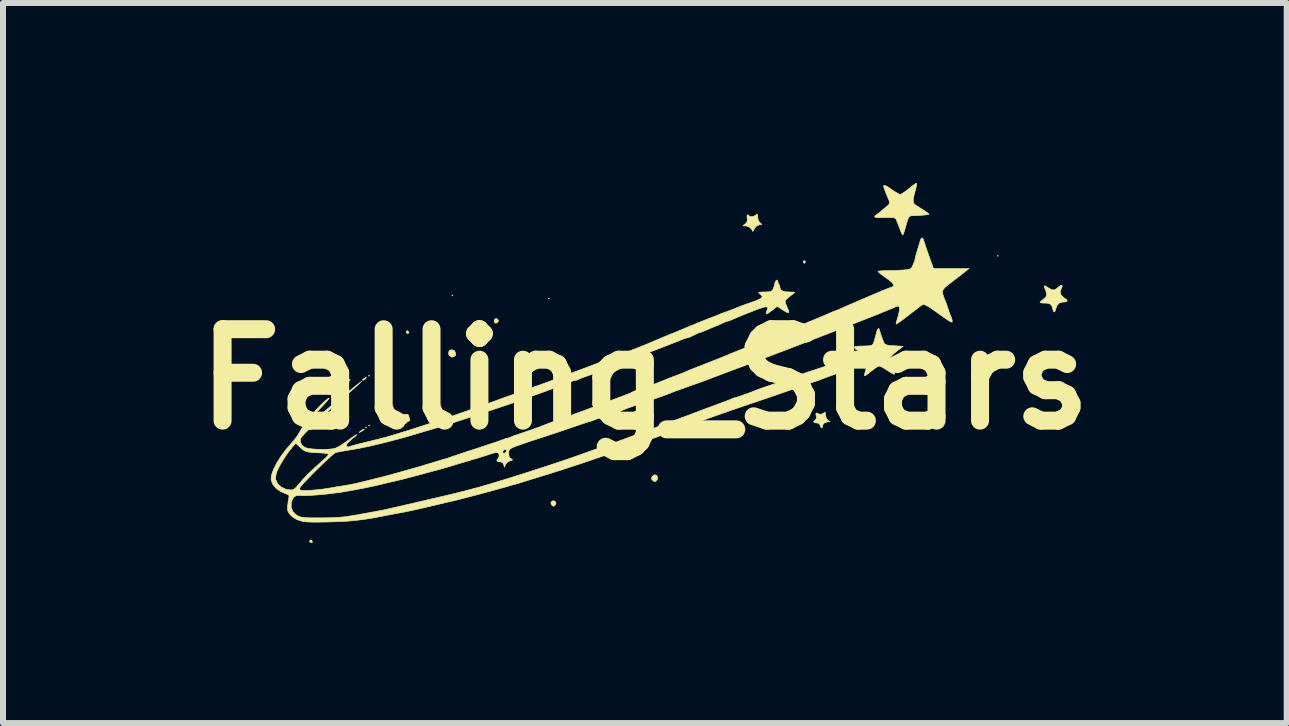
<source format=kicad_pcb>
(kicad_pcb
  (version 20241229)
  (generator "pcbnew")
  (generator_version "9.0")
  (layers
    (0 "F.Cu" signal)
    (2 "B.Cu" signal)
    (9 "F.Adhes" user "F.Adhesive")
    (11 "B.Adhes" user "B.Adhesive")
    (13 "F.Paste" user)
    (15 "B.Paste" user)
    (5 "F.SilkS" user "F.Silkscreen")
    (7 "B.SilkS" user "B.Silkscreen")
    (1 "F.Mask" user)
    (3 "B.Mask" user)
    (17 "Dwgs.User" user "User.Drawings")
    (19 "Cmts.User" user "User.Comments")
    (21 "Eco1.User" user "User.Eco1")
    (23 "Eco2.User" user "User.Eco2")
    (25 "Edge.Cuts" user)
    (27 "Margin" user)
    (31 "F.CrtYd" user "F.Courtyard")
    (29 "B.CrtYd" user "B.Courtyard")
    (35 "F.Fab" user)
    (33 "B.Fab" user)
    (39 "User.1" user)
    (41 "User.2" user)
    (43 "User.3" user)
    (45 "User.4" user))
  (footprint "Falling_Stars"
    (layer "F.Cu")
    (at 7.7 3.273)
    (property "Reference" "Falling_Stars" (at 0 0 0) (layer "F.SilkS") (effects (font (size 1.524 1.524) (thickness 0.3))))
    (attr through_hole)
    (fp_poly (pts (xy -5.215 0.279) (xy -5.224 0.288) (xy -5.232 0.279) (xy -5.224 0.271) (xy -5.215 0.279)) (stroke (width 0.01) (type solid)) (fill yes) (layer "F.SilkS"))
    (fp_poly (pts (xy -4.64 0.804) (xy -4.648 0.813) (xy -4.657 0.804) (xy -4.648 0.796) (xy -4.64 0.804)) (stroke (width 0.01) (type solid)) (fill yes) (layer "F.SilkS"))
    (fp_poly (pts (xy -4.589 -0.059) (xy -4.597 -0.051) (xy -4.606 -0.059) (xy -4.597 -0.068) (xy -4.589 -0.059)) (stroke (width 0.01) (type solid)) (fill yes) (layer "F.SilkS"))
    (fp_poly (pts (xy -4.589 0.77) (xy -4.597 0.779) (xy -4.606 0.77) (xy -4.597 0.762) (xy -4.589 0.77)) (stroke (width 0.01) (type solid)) (fill yes) (layer "F.SilkS"))
    (fp_poly (pts (xy -3.2 -1.397) (xy -3.209 -1.389) (xy -3.217 -1.397) (xy -3.209 -1.405) (xy -3.2 -1.397)) (stroke (width 0.01) (type solid)) (fill yes) (layer "F.SilkS"))
    (fp_poly (pts (xy -1.592 -1.346) (xy -1.6 -1.338) (xy -1.609 -1.346) (xy -1.6 -1.355) (xy -1.592 -1.346)) (stroke (width 0.01) (type solid)) (fill yes) (layer "F.SilkS"))
    (fp_poly (pts (xy 5.893 -2.057) (xy 5.884 -2.049) (xy 5.876 -2.057) (xy 5.884 -2.066) (xy 5.893 -2.057)) (stroke (width 0.01) (type solid)) (fill yes) (layer "F.SilkS"))
    (fp_poly (pts (xy -5.546 2.696) (xy -5.543 2.716) (xy -5.561 2.726) (xy -5.585 2.713) (xy -5.588 2.699) (xy -5.578 2.68) (xy -5.568 2.679) (xy -5.546 2.696)) (stroke (width 0.01) (type solid)) (fill yes) (layer "F.SilkS"))
    (fp_poly (pts (xy -3.937 -0.792) (xy -3.934 -0.772) (xy -3.953 -0.762) (xy -3.976 -0.776) (xy -3.979 -0.789) (xy -3.969 -0.809) (xy -3.959 -0.809) (xy -3.937 -0.792)) (stroke (width 0.01) (type solid)) (fill yes) (layer "F.SilkS"))
    (fp_poly (pts (xy -4.916 0.009) (xy -4.925 0.021) (xy -4.95 0.047) (xy -4.961 0.047) (xy -4.961 0.044) (xy -4.95 0.03) (xy -4.932 0.015) (xy -4.912 0.000128) (xy -4.916 0.009)) (stroke (width 0.01) (type solid)) (fill yes) (layer "F.SilkS"))
    (fp_poly (pts (xy -4.644 -0.025) (xy -4.655 -0.011) (xy -4.68 0.011) (xy -4.701 0.017) (xy -4.707 0.009) (xy -4.694 -0.004) (xy -4.669 -0.019) (xy -4.644 -0.032) (xy -4.644 -0.025)) (stroke (width 0.01) (type solid)) (fill yes) (layer "F.SilkS"))
    (fp_poly (pts (xy 2.677 -1.96) (xy 2.678 -1.956) (xy 2.665 -1.936) (xy 2.66 -1.934) (xy 2.644 -1.942) (xy 2.642 -1.956) (xy 2.65 -1.977) (xy 2.66 -1.978) (xy 2.677 -1.96)) (stroke (width 0.01) (type solid)) (fill yes) (layer "F.SilkS"))
    (fp_poly (pts (xy -4.679 0.837) (xy -4.701 0.855) (xy -4.745 0.88) (xy -4.75 0.882) (xy -4.765 0.888) (xy -4.752 0.874) (xy -4.741 0.865) (xy -4.707 0.841) (xy -4.683 0.83) (xy -4.682 0.83) (xy -4.679 0.837)) (stroke (width 0.01) (type solid)) (fill yes) (layer "F.SilkS"))
    (fp_poly (pts (xy -2.456 -1.005) (xy -2.441 -0.981) (xy -2.442 -0.97) (xy -2.458 -0.943) (xy -2.485 -0.935) (xy -2.508 -0.948) (xy -2.511 -0.953) (xy -2.511 -0.988) (xy -2.506 -0.999) (xy -2.483 -1.013) (xy -2.456 -1.005)) (stroke (width 0.01) (type solid)) (fill yes) (layer "F.SilkS"))
    (fp_poly (pts (xy -1.492 2.036) (xy -1.481 2.066) (xy -1.491 2.092) (xy -1.514 2.113) (xy -1.524 2.117) (xy -1.544 2.105) (xy -1.557 2.092) (xy -1.567 2.06) (xy -1.551 2.032) (xy -1.524 2.024) (xy -1.492 2.036)) (stroke (width 0.01) (type solid)) (fill yes) (layer "F.SilkS"))
    (fp_poly (pts (xy 0.199 1.605) (xy 0.213 1.637) (xy 0.207 1.672) (xy 0.197 1.685) (xy 0.175 1.705) (xy 0.158 1.705) (xy 0.13 1.686) (xy 0.109 1.661) (xy 0.116 1.631) (xy 0.118 1.627) (xy 0.145 1.599) (xy 0.169 1.592) (xy 0.199 1.605)) (stroke (width 0.01) (type solid)) (fill yes) (layer "F.SilkS"))
    (fp_poly (pts (xy -5.012 0.095) (xy -5.037 0.121) (xy -5.077 0.159) (xy -5.08 0.161) (xy -5.125 0.199) (xy -5.16 0.227) (xy -5.177 0.237) (xy -5.172 0.227) (xy -5.146 0.2) (xy -5.106 0.163) (xy -5.105 0.162) (xy -5.06 0.123) (xy -5.025 0.096) (xy -5.007 0.085) (xy -5.012 0.095)) (stroke (width 0.01) (type solid)) (fill yes) (layer "F.SilkS"))
    (fp_poly (pts (xy -3.18 -0.483) (xy -3.161 -0.454) (xy -3.159 -0.447) (xy -3.153 -0.413) (xy -3.153 -0.4) (xy -3.169 -0.389) (xy -3.183 -0.379) (xy -3.219 -0.37) (xy -3.243 -0.38) (xy -3.269 -0.408) (xy -3.271 -0.445) (xy -3.261 -0.479) (xy -3.234 -0.49) (xy -3.218 -0.491) (xy -3.18 -0.483)) (stroke (width 0.01) (type solid)) (fill yes) (layer "F.SilkS"))
    (fp_poly (pts (xy -3.954 0.585) (xy -3.936 0.6) (xy -3.935 0.608) (xy -3.927 0.647) (xy -3.921 0.665) (xy -3.918 0.69) (xy -3.929 0.694) (xy -3.956 0.707) (xy -3.97 0.721) (xy -3.988 0.739) (xy -4.005 0.73) (xy -4.012 0.721) (xy -4.041 0.699) (xy -4.058 0.694) (xy -4.079 0.684) (xy -4.075 0.663) (xy -4.063 0.651) (xy -4.05 0.627) (xy -4.051 0.612) (xy -4.049 0.592) (xy -4.024 0.584) (xy -3.997 0.582) (xy -3.954 0.585)) (stroke (width 0.01) (type solid)) (fill yes) (layer "F.SilkS"))
    (fp_poly (pts (xy 5.637 -0.233) (xy 5.639 -0.204) (xy 5.644 -0.168) (xy 5.655 -0.152) (xy 5.656 -0.152) (xy 5.673 -0.145) (xy 5.666 -0.128) (xy 5.641 -0.114) (xy 5.639 -0.114) (xy 5.611 -0.095) (xy 5.605 -0.078) (xy 5.592 -0.054) (xy 5.58 -0.051) (xy 5.557 -0.064) (xy 5.554 -0.076) (xy 5.539 -0.097) (xy 5.512 -0.102) (xy 5.478 -0.109) (xy 5.471 -0.127) (xy 5.493 -0.146) (xy 5.496 -0.147) (xy 5.515 -0.167) (xy 5.512 -0.198) (xy 5.509 -0.228) (xy 5.523 -0.233) (xy 5.536 -0.229) (xy 5.578 -0.228) (xy 5.604 -0.237) (xy 5.628 -0.246) (xy 5.637 -0.233)) (stroke (width 0.01) (type solid)) (fill yes) (layer "F.SilkS"))
    (fp_poly (pts (xy 1.878 -2.747) (xy 1.88 -2.712) (xy 1.88 -2.706) (xy 1.893 -2.644) (xy 1.915 -2.615) (xy 1.951 -2.582) (xy 1.903 -2.574) (xy 1.858 -2.553) (xy 1.825 -2.506) (xy 1.807 -2.474) (xy 1.797 -2.465) (xy 1.796 -2.468) (xy 1.78 -2.503) (xy 1.743 -2.535) (xy 1.699 -2.555) (xy 1.681 -2.557) (xy 1.634 -2.558) (xy 1.674 -2.592) (xy 1.702 -2.623) (xy 1.708 -2.66) (xy 1.705 -2.684) (xy 1.703 -2.725) (xy 1.713 -2.744) (xy 1.73 -2.734) (xy 1.736 -2.726) (xy 1.763 -2.711) (xy 1.803 -2.714) (xy 1.843 -2.733) (xy 1.849 -2.737) (xy 1.869 -2.753) (xy 1.878 -2.747)) (stroke (width 0.01) (type solid)) (fill yes) (layer "F.SilkS"))
    (fp_poly (pts (xy 3.012 0.557) (xy 3.014 0.59) (xy 3.014 0.599) (xy 3.025 0.652) (xy 3.052 0.683) (xy 3.09 0.709) (xy 3.047 0.71) (xy 2.996 0.724) (xy 2.967 0.758) (xy 2.963 0.782) (xy 2.957 0.809) (xy 2.942 0.808) (xy 2.926 0.782) (xy 2.923 0.77) (xy 2.907 0.739) (xy 2.873 0.728) (xy 2.861 0.728) (xy 2.822 0.722) (xy 2.812 0.705) (xy 2.834 0.683) (xy 2.839 0.68) (xy 2.858 0.658) (xy 2.857 0.617) (xy 2.856 0.612) (xy 2.851 0.572) (xy 2.86 0.561) (xy 2.89 0.573) (xy 2.898 0.577) (xy 2.933 0.585) (xy 2.972 0.569) (xy 2.973 0.568) (xy 3.001 0.552) (xy 3.012 0.557)) (stroke (width 0.01) (type solid)) (fill yes) (layer "F.SilkS"))
    (fp_poly (pts (xy 6.957 -1.565) (xy 6.955 -1.54) (xy 6.946 -1.523) (xy 6.924 -1.464) (xy 6.935 -1.411) (xy 6.98 -1.364) (xy 6.993 -1.355) (xy 7.033 -1.325) (xy 7.041 -1.303) (xy 7.016 -1.291) (xy 6.966 -1.287) (xy 6.909 -1.272) (xy 6.87 -1.229) (xy 6.85 -1.173) (xy 6.836 -1.13) (xy 6.821 -1.121) (xy 6.807 -1.145) (xy 6.801 -1.171) (xy 6.784 -1.226) (xy 6.755 -1.256) (xy 6.706 -1.269) (xy 6.67 -1.27) (xy 6.622 -1.272) (xy 6.592 -1.278) (xy 6.587 -1.283) (xy 6.6 -1.3) (xy 6.631 -1.325) (xy 6.638 -1.329) (xy 6.683 -1.368) (xy 6.699 -1.41) (xy 6.688 -1.464) (xy 6.681 -1.482) (xy 6.661 -1.534) (xy 6.659 -1.558) (xy 6.677 -1.556) (xy 6.718 -1.531) (xy 6.726 -1.525) (xy 6.777 -1.496) (xy 6.816 -1.489) (xy 6.856 -1.506) (xy 6.904 -1.546) (xy 6.938 -1.568) (xy 6.957 -1.565)) (stroke (width 0.01) (type solid)) (fill yes) (layer "F.SilkS"))
    (fp_poly (pts (xy 4.527 -3.267) (xy 4.53 -3.264) (xy 4.531 -3.245) (xy 4.523 -3.203) (xy 4.511 -3.156) (xy 4.487 -3.066) (xy 4.475 -3.002) (xy 4.475 -2.959) (xy 4.486 -2.929) (xy 4.509 -2.907) (xy 4.515 -2.903) (xy 4.604 -2.848) (xy 4.673 -2.803) (xy 4.718 -2.771) (xy 4.737 -2.753) (xy 4.737 -2.75) (xy 4.717 -2.745) (xy 4.673 -2.74) (xy 4.613 -2.734) (xy 4.546 -2.73) (xy 4.483 -2.727) (xy 4.468 -2.727) (xy 4.439 -2.725) (xy 4.417 -2.717) (xy 4.399 -2.698) (xy 4.383 -2.662) (xy 4.364 -2.603) (xy 4.341 -2.519) (xy 4.324 -2.462) (xy 4.309 -2.421) (xy 4.3 -2.405) (xy 4.299 -2.405) (xy 4.288 -2.419) (xy 4.271 -2.456) (xy 4.26 -2.485) (xy 4.22 -2.59) (xy 4.189 -2.663) (xy 4.183 -2.675) (xy 4.17 -2.687) (xy 4.145 -2.694) (xy 4.099 -2.697) (xy 4.027 -2.696) (xy 3.998 -2.695) (xy 3.912 -2.694) (xy 3.857 -2.697) (xy 3.832 -2.706) (xy 3.834 -2.722) (xy 3.862 -2.745) (xy 3.873 -2.753) (xy 3.911 -2.78) (xy 3.937 -2.802) (xy 3.96 -2.823) (xy 3.999 -2.854) (xy 4.017 -2.868) (xy 4.063 -2.907) (xy 4.079 -2.943) (xy 4.071 -2.982) (xy 4.066 -2.993) (xy 4.049 -3.029) (xy 4.028 -3.08) (xy 4.007 -3.135) (xy 3.99 -3.183) (xy 3.98 -3.215) (xy 3.979 -3.22) (xy 3.988 -3.233) (xy 4.015 -3.227) (xy 4.063 -3.2) (xy 4.124 -3.158) (xy 4.178 -3.122) (xy 4.225 -3.095) (xy 4.254 -3.082) (xy 4.257 -3.082) (xy 4.282 -3.092) (xy 4.324 -3.119) (xy 4.375 -3.156) (xy 4.381 -3.161) (xy 4.443 -3.211) (xy 4.484 -3.243) (xy 4.508 -3.261) (xy 4.521 -3.268) (xy 4.527 -3.267)) (stroke (width 0.01) (type solid)) (fill yes) (layer "F.SilkS"))
    (fp_poly (pts (xy 4.64 -2.339) (xy 4.654 -2.298) (xy 4.667 -2.258) (xy 4.688 -2.195) (xy 4.715 -2.118) (xy 4.742 -2.039) (xy 4.769 -1.964) (xy 4.791 -1.905) (xy 4.795 -1.892) (xy 4.813 -1.846) (xy 5.404 -1.846) (xy 5.28 -1.748) (xy 5.21 -1.694) (xy 5.136 -1.637) (xy 5.071 -1.587) (xy 5.059 -1.578) (xy 5 -1.529) (xy 4.968 -1.486) (xy 4.962 -1.438) (xy 4.979 -1.379) (xy 4.993 -1.346) (xy 5.015 -1.291) (xy 5.04 -1.222) (xy 5.055 -1.177) (xy 5.073 -1.121) (xy 5.089 -1.077) (xy 5.097 -1.058) (xy 5.11 -1.03) (xy 5.121 -0.993) (xy 5.125 -0.967) (xy 5.121 -0.954) (xy 5.104 -0.956) (xy 5.071 -0.974) (xy 5.018 -1.009) (xy 4.943 -1.062) (xy 4.847 -1.13) (xy 4.774 -1.181) (xy 4.72 -1.216) (xy 4.682 -1.236) (xy 4.654 -1.245) (xy 4.633 -1.244) (xy 4.614 -1.235) (xy 4.601 -1.226) (xy 4.572 -1.204) (xy 4.523 -1.166) (xy 4.46 -1.117) (xy 4.39 -1.063) (xy 4.377 -1.053) (xy 4.311 -1.002) (xy 4.254 -0.961) (xy 4.212 -0.932) (xy 4.19 -0.92) (xy 4.189 -0.92) (xy 4.189 -0.938) (xy 4.199 -0.978) (xy 4.207 -1.001) (xy 4.226 -1.066) (xy 4.241 -1.134) (xy 4.243 -1.147) (xy 4.246 -1.198) (xy 4.231 -1.22) (xy 4.196 -1.216) (xy 4.17 -1.204) (xy 4.142 -1.191) (xy 4.101 -1.174) (xy 4.04 -1.149) (xy 4.009 -1.136) (xy 3.967 -1.119) (xy 3.916 -1.098) (xy 3.912 -1.096) (xy 3.893 -1.088) (xy 3.862 -1.076) (xy 3.817 -1.058) (xy 3.756 -1.034) (xy 3.677 -1.003) (xy 3.578 -0.964) (xy 3.458 -0.917) (xy 3.315 -0.862) (xy 3.147 -0.796) (xy 2.952 -0.721) (xy 2.728 -0.634) (xy 2.557 -0.568) (xy 2.482 -0.539) (xy 2.389 -0.503) (xy 2.288 -0.465) (xy 2.201 -0.432) (xy 2.12 -0.401) (xy 2.047 -0.374) (xy 1.991 -0.352) (xy 1.959 -0.339) (xy 1.956 -0.338) (xy 1.928 -0.327) (xy 1.875 -0.307) (xy 1.805 -0.281) (xy 1.725 -0.251) (xy 1.714 -0.247) (xy 1.609 -0.207) (xy 1.489 -0.163) (xy 1.372 -0.119) (xy 1.3 -0.092) (xy 1.219 -0.061) (xy 1.147 -0.034) (xy 1.092 -0.013) (xy 1.06 -0.001) (xy 1.058 0.000217) (xy 1.027 0.012) (xy 0.974 0.032) (xy 0.908 0.056) (xy 0.881 0.065) (xy 0.752 0.11) (xy 0.652 0.146) (xy 0.577 0.173) (xy 0.522 0.192) (xy 0.484 0.207) (xy 0.459 0.217) (xy 0.449 0.221) (xy 0.417 0.234) (xy 0.359 0.256) (xy 0.281 0.284) (xy 0.191 0.316) (xy 0.093 0.35) (xy -0.006 0.384) (xy -0.099 0.416) (xy -0.127 0.425) (xy -0.2 0.451) (xy -0.267 0.474) (xy -0.317 0.493) (xy -0.33 0.499) (xy -0.365 0.513) (xy -0.425 0.535) (xy -0.501 0.561) (xy -0.585 0.589) (xy -0.593 0.591) (xy -0.675 0.619) (xy -0.748 0.643) (xy -0.804 0.663) (xy -0.836 0.675) (xy -0.838 0.676) (xy -0.883 0.693) (xy -0.906 0.7) (xy -0.929 0.706) (xy -0.971 0.72) (xy -1.036 0.741) (xy -1.124 0.771) (xy -1.239 0.81) (xy -1.384 0.86) (xy -1.422 0.873) (xy -1.463 0.887) (xy -1.528 0.908) (xy -1.613 0.936) (xy -1.711 0.968) (xy -1.812 1.001) (xy -1.915 1.035) (xy -2.011 1.068) (xy -2.095 1.097) (xy -2.159 1.12) (xy -2.197 1.136) (xy -2.241 1.158) (xy -2.262 1.18) (xy -2.269 1.214) (xy -2.269 1.235) (xy -2.264 1.285) (xy -2.245 1.314) (xy -2.231 1.323) (xy -2.207 1.338) (xy -2.209 1.347) (xy -2.242 1.357) (xy -2.245 1.357) (xy -2.297 1.387) (xy -2.32 1.418) (xy -2.342 1.465) (xy -2.353 1.422) (xy -2.37 1.39) (xy -2.407 1.376) (xy -2.418 1.375) (xy -2.459 1.368) (xy -2.47 1.354) (xy -2.452 1.327) (xy -2.445 1.319) (xy -2.429 1.284) (xy -2.432 1.247) (xy -2.452 1.223) (xy -2.468 1.219) (xy -2.498 1.224) (xy -2.548 1.238) (xy -2.59 1.251) (xy -2.663 1.275) (xy -2.743 1.3) (xy -2.777 1.311) (xy -2.846 1.331) (xy -2.927 1.355) (xy -2.98 1.371) (xy -3.114 1.411) (xy -3.219 1.443) (xy -3.3 1.467) (xy -3.36 1.484) (xy -3.405 1.497) (xy -3.437 1.506) (xy -3.437 1.506) (xy -3.482 1.518) (xy -3.547 1.535) (xy -3.619 1.555) (xy -3.632 1.558) (xy -3.77 1.596) (xy -3.881 1.625) (xy -3.972 1.649) (xy -4.049 1.669) (xy -4.118 1.686) (xy -4.184 1.701) (xy -4.225 1.71) (xy -4.29 1.725) (xy -4.356 1.741) (xy -4.36 1.742) (xy -4.462 1.767) (xy -4.578 1.792) (xy -4.69 1.816) (xy -4.767 1.83) (xy -4.84 1.844) (xy -4.916 1.857) (xy -4.953 1.864) (xy -5.065 1.883) (xy -5.187 1.899) (xy -5.313 1.914) (xy -5.436 1.926) (xy -5.549 1.934) (xy -5.646 1.939) (xy -5.719 1.939) (xy -5.748 1.936) (xy -5.809 1.938) (xy -5.853 1.966) (xy -5.883 2.022) (xy -5.894 2.06) (xy -5.896 2.138) (xy -5.866 2.207) (xy -5.809 2.262) (xy -5.783 2.277) (xy -5.755 2.289) (xy -5.724 2.298) (xy -5.684 2.304) (xy -5.63 2.308) (xy -5.555 2.31) (xy -5.455 2.31) (xy -5.41 2.31) (xy -5.3 2.309) (xy -5.191 2.305) (xy -5.091 2.3) (xy -5.01 2.293) (xy -4.97 2.288) (xy -4.89 2.275) (xy -4.794 2.259) (xy -4.688 2.24) (xy -4.581 2.221) (xy -4.481 2.202) (xy -4.394 2.186) (xy -4.33 2.173) (xy -4.31 2.168) (xy -4.146 2.131) (xy -3.951 2.086) (xy -3.722 2.033) (xy -3.675 2.022) (xy -3.596 2.003) (xy -3.512 1.984) (xy -3.463 1.973) (xy -3.312 1.937) (xy -3.156 1.9) (xy -3.005 1.862) (xy -2.868 1.826) (xy -2.753 1.795) (xy -2.743 1.792) (xy -2.587 1.747) (xy -2.406 1.692) (xy -2.208 1.631) (xy -1.999 1.565) (xy -1.786 1.496) (xy -1.577 1.428) (xy -1.379 1.362) (xy -1.198 1.3) (xy -1.043 1.245) (xy -1.041 1.245) (xy -0.953 1.213) (xy -0.86 1.18) (xy -0.776 1.151) (xy -0.745 1.141) (xy -0.623 1.098) (xy -0.47 1.043) (xy -0.288 0.976) (xy -0.135 0.919) (xy -0.054 0.889) (xy 0.027 0.859) (xy 0.095 0.834) (xy 0.119 0.826) (xy 0.176 0.805) (xy 0.224 0.787) (xy 0.246 0.779) (xy 0.275 0.767) (xy 0.328 0.747) (xy 0.396 0.722) (xy 0.449 0.702) (xy 0.53 0.672) (xy 0.631 0.634) (xy 0.74 0.594) (xy 0.843 0.554) (xy 0.855 0.55) (xy 0.957 0.511) (xy 1.066 0.471) (xy 1.168 0.433) (xy 1.253 0.401) (xy 1.262 0.398) (xy 1.335 0.371) (xy 1.398 0.347) (xy 1.443 0.328) (xy 1.46 0.321) (xy 1.495 0.307) (xy 1.511 0.305) (xy 1.534 0.299) (xy 1.581 0.283) (xy 1.646 0.26) (xy 1.722 0.233) (xy 1.801 0.203) (xy 1.877 0.173) (xy 1.888 0.168) (xy 1.921 0.156) (xy 1.975 0.138) (xy 2.032 0.118) (xy 2.105 0.094) (xy 2.189 0.065) (xy 2.273 0.035) (xy 2.348 0.008) (xy 2.403 -0.012) (xy 2.413 -0.016) (xy 2.449 -0.029) (xy 2.509 -0.05) (xy 2.595 -0.08) (xy 2.709 -0.118) (xy 2.852 -0.165) (xy 3.024 -0.222) (xy 3.107 -0.249) (xy 3.244 -0.294) (xy 3.353 -0.33) (xy 3.436 -0.358) (xy 3.497 -0.379) (xy 3.539 -0.394) (xy 3.566 -0.406) (xy 3.582 -0.415) (xy 3.588 -0.423) (xy 3.59 -0.43) (xy 3.59 -0.438) (xy 3.576 -0.463) (xy 3.541 -0.487) (xy 3.538 -0.489) (xy 3.505 -0.509) (xy 3.493 -0.529) (xy 3.493 -0.531) (xy 3.498 -0.54) (xy 3.51 -0.547) (xy 3.535 -0.551) (xy 3.579 -0.553) (xy 3.648 -0.555) (xy 3.688 -0.556) (xy 3.743 -0.559) (xy 3.779 -0.566) (xy 3.802 -0.586) (xy 3.819 -0.624) (xy 3.837 -0.687) (xy 3.842 -0.703) (xy 3.856 -0.756) (xy 3.868 -0.802) (xy 3.87 -0.809) (xy 3.884 -0.838) (xy 3.901 -0.846) (xy 3.911 -0.83) (xy 3.912 -0.824) (xy 3.918 -0.797) (xy 3.933 -0.749) (xy 3.953 -0.693) (xy 3.975 -0.637) (xy 3.994 -0.594) (xy 3.995 -0.593) (xy 4.013 -0.579) (xy 4.053 -0.568) (xy 4.12 -0.561) (xy 4.158 -0.559) (xy 4.307 -0.55) (xy 4.21 -0.476) (xy 4.148 -0.426) (xy 4.111 -0.387) (xy 4.094 -0.351) (xy 4.097 -0.307) (xy 4.115 -0.247) (xy 4.124 -0.22) (xy 4.145 -0.16) (xy 4.158 -0.113) (xy 4.163 -0.086) (xy 4.162 -0.084) (xy 4.147 -0.086) (xy 4.112 -0.104) (xy 4.063 -0.134) (xy 4.048 -0.144) (xy 3.992 -0.181) (xy 3.944 -0.207) (xy 3.911 -0.22) (xy 3.908 -0.22) (xy 3.88 -0.21) (xy 3.836 -0.182) (xy 3.784 -0.143) (xy 3.773 -0.135) (xy 3.724 -0.096) (xy 3.686 -0.068) (xy 3.664 -0.057) (xy 3.662 -0.058) (xy 3.662 -0.077) (xy 3.671 -0.118) (xy 3.682 -0.154) (xy 3.696 -0.207) (xy 3.699 -0.245) (xy 3.696 -0.256) (xy 3.673 -0.259) (xy 3.628 -0.25) (xy 3.569 -0.234) (xy 3.504 -0.212) (xy 3.446 -0.188) (xy 3.407 -0.172) (xy 3.357 -0.154) (xy 3.353 -0.152) (xy 3.303 -0.135) (xy 3.262 -0.119) (xy 3.26 -0.118) (xy 3.228 -0.106) (xy 3.175 -0.086) (xy 3.111 -0.063) (xy 3.099 -0.059) (xy 3.034 -0.035) (xy 2.978 -0.014) (xy 2.942 -0.000344) (xy 2.938 0.001) (xy 2.901 0.015) (xy 2.849 0.033) (xy 2.828 0.04) (xy 2.788 0.054) (xy 2.723 0.076) (xy 2.639 0.105) (xy 2.541 0.139) (xy 2.438 0.175) (xy 2.43 0.178) (xy 2.304 0.222) (xy 2.163 0.271) (xy 2.019 0.32) (xy 1.887 0.365) (xy 1.812 0.39) (xy 1.676 0.436) (xy 1.542 0.482) (xy 1.404 0.529) (xy 1.254 0.582) (xy 1.085 0.642) (xy 0.94 0.693) (xy 0.861 0.721) (xy 0.767 0.755) (xy 0.672 0.789) (xy 0.635 0.802) (xy 0.54 0.836) (xy 0.434 0.875) (xy 0.335 0.912) (xy 0.305 0.923) (xy 0.224 0.954) (xy 0.143 0.984) (xy 0.075 1.008) (xy 0.051 1.017) (xy -0.045 1.049) (xy -0.139 1.082) (xy -0.225 1.113) (xy -0.298 1.139) (xy -0.352 1.16) (xy -0.382 1.173) (xy -0.385 1.176) (xy -0.409 1.184) (xy -0.426 1.185) (xy -0.468 1.194) (xy -0.487 1.202) (xy -0.515 1.214) (xy -0.571 1.235) (xy -0.65 1.263) (xy -0.748 1.297) (xy -0.859 1.335) (xy -0.979 1.376) (xy -1.104 1.418) (xy -1.229 1.459) (xy -1.35 1.498) (xy -1.461 1.534) (xy -1.507 1.548) (xy -1.683 1.603) (xy -1.834 1.65) (xy -1.958 1.688) (xy -2.054 1.718) (xy -2.12 1.738) (xy -2.156 1.748) (xy -2.159 1.749) (xy -2.191 1.758) (xy -2.245 1.773) (xy -2.31 1.792) (xy -2.32 1.795) (xy -2.4 1.817) (xy -2.5 1.845) (xy -2.611 1.875) (xy -2.729 1.907) (xy -2.845 1.938) (xy -2.953 1.966) (xy -3.046 1.99) (xy -3.118 2.009) (xy -3.15 2.016) (xy -3.186 2.025) (xy -3.249 2.039) (xy -3.33 2.058) (xy -3.422 2.08) (xy -3.471 2.092) (xy -3.608 2.124) (xy -3.719 2.15) (xy -3.809 2.171) (xy -3.886 2.187) (xy -3.956 2.202) (xy -4.024 2.216) (xy -4.099 2.23) (xy -4.132 2.236) (xy -4.186 2.246) (xy -4.259 2.26) (xy -4.336 2.275) (xy -4.343 2.276) (xy -4.521 2.31) (xy -4.676 2.335) (xy -4.822 2.353) (xy -4.968 2.366) (xy -5.126 2.374) (xy -5.3 2.379) (xy -5.438 2.381) (xy -5.545 2.381) (xy -5.627 2.378) (xy -5.686 2.372) (xy -5.724 2.364) (xy -5.799 2.339) (xy -5.852 2.311) (xy -5.896 2.273) (xy -5.918 2.25) (xy -5.945 2.211) (xy -5.957 2.175) (xy -5.956 2.124) (xy -5.955 2.109) (xy -5.948 2.049) (xy -5.939 1.995) (xy -5.935 1.977) (xy -5.931 1.941) (xy -5.947 1.923) (xy -5.954 1.92) (xy -5.987 1.907) (xy -6.037 1.886) (xy -6.071 1.87) (xy -6.144 1.822) (xy -6.198 1.758) (xy -6.228 1.688) (xy -6.231 1.66) (xy -6.155 1.66) (xy -6.153 1.673) (xy -6.121 1.741) (xy -6.063 1.795) (xy -5.987 1.832) (xy -5.908 1.844) (xy -5.869 1.841) (xy -5.837 1.824) (xy -5.801 1.788) (xy -5.79 1.774) (xy -5.697 1.665) (xy -5.595 1.559) (xy -5.476 1.449) (xy -5.422 1.402) (xy -5.362 1.348) (xy -5.314 1.302) (xy -5.282 1.267) (xy -5.271 1.248) (xy -5.271 1.248) (xy -5.29 1.239) (xy -5.337 1.232) (xy -5.407 1.227) (xy -5.449 1.225) (xy -5.541 1.221) (xy -5.607 1.213) (xy -5.657 1.199) (xy -5.7 1.174) (xy -5.745 1.136) (xy -5.759 1.123) (xy -5.82 1.065) (xy -5.876 1.129) (xy -5.928 1.194) (xy -5.984 1.273) (xy -6.039 1.359) (xy -6.087 1.442) (xy -6.123 1.513) (xy -6.137 1.546) (xy -6.152 1.607) (xy -6.155 1.66) (xy -6.231 1.66) (xy -6.231 1.654) (xy -6.219 1.581) (xy -6.185 1.491) (xy -6.133 1.389) (xy -6.064 1.28) (xy -5.982 1.17) (xy -5.893 1.067) (xy -5.844 1.01) (xy -5.8 0.952) (xy -5.771 0.906) (xy -5.728 0.833) (xy -5.67 0.749) (xy -5.603 0.66) (xy -5.53 0.57) (xy -5.457 0.486) (xy -5.388 0.413) (xy -5.327 0.356) (xy -5.28 0.321) (xy -5.276 0.319) (xy -5.264 0.314) (xy -5.264 0.321) (xy -5.28 0.342) (xy -5.312 0.378) (xy -5.363 0.434) (xy -5.435 0.511) (xy -5.45 0.527) (xy -5.513 0.597) (xy -5.563 0.658) (xy -5.594 0.706) (xy -5.605 0.733) (xy -5.594 0.738) (xy -5.563 0.723) (xy -5.517 0.69) (xy -5.46 0.643) (xy -5.443 0.628) (xy -5.391 0.581) (xy -5.34 0.536) (xy -5.308 0.508) (xy -5.242 0.453) (xy -5.164 0.388) (xy -5.079 0.319) (xy -4.995 0.25) (xy -4.917 0.187) (xy -4.851 0.134) (xy -4.805 0.097) (xy -4.801 0.094) (xy -4.716 0.029) (xy -4.785 0.095) (xy -4.827 0.134) (xy -4.887 0.186) (xy -4.954 0.245) (xy -5.004 0.288) (xy -5.111 0.38) (xy -5.219 0.475) (xy -5.325 0.571) (xy -5.426 0.665) (xy -5.518 0.752) (xy -5.599 0.831) (xy -5.664 0.898) (xy -5.711 0.95) (xy -5.737 0.984) (xy -5.74 0.991) (xy -5.744 1.045) (xy -5.719 1.096) (xy -5.667 1.136) (xy -5.658 1.14) (xy -5.609 1.153) (xy -5.536 1.162) (xy -5.449 1.168) (xy -5.357 1.169) (xy -5.27 1.166) (xy -5.197 1.158) (xy -5.165 1.151) (xy -5.127 1.134) (xy -5.07 1.102) (xy -5.004 1.058) (xy -4.956 1.023) (xy -4.887 0.974) (xy -4.837 0.94) (xy -4.808 0.923) (xy -4.8 0.923) (xy -4.817 0.94) (xy -4.859 0.976) (xy -4.886 0.998) (xy -4.944 1.048) (xy -4.973 1.086) (xy -4.975 1.112) (xy -4.962 1.126) (xy -4.935 1.127) (xy -4.916 1.121) (xy -4.889 1.111) (xy -4.836 1.096) (xy -4.763 1.077) (xy -4.676 1.055) (xy -4.623 1.042) (xy -4.512 1.015) (xy -4.426 0.994) (xy -4.357 0.976) (xy -4.299 0.96) (xy -4.243 0.944) (xy -4.199 0.93) (xy -4.165 0.92) (xy -4.107 0.902) (xy -4.038 0.881) (xy -4.005 0.871) (xy -3.942 0.852) (xy -3.857 0.825) (xy -3.756 0.792) (xy -3.644 0.756) (xy -3.525 0.717) (xy -3.405 0.677) (xy -3.288 0.638) (xy -3.18 0.602) (xy -3.086 0.569) (xy -3.01 0.543) (xy -2.958 0.525) (xy -2.938 0.517) (xy -2.891 0.499) (xy -2.83 0.478) (xy -2.802 0.469) (xy -2.75 0.451) (xy -2.677 0.426) (xy -2.595 0.397) (xy -2.548 0.38) (xy -2.471 0.352) (xy -2.385 0.32) (xy -2.287 0.285) (xy -2.172 0.244) (xy -2.037 0.195) (xy -1.875 0.137) (xy -1.778 0.103) (xy -1.686 0.07) (xy -1.592 0.035) (xy -1.506 0.003) (xy -1.456 -0.016) (xy -1.388 -0.042) (xy -1.3 -0.075) (xy -1.205 -0.111) (xy -1.126 -0.14) (xy -0.938 -0.211) (xy -0.755 -0.28) (xy -0.581 -0.347) (xy -0.417 -0.41) (xy -0.268 -0.467) (xy -0.137 -0.518) (xy -0.028 -0.562) (xy 0.058 -0.597) (xy 0.116 -0.621) (xy 0.127 -0.626) (xy 0.17 -0.645) (xy 0.235 -0.672) (xy 0.313 -0.705) (xy 0.389 -0.736) (xy 0.47 -0.769) (xy 0.543 -0.799) (xy 0.601 -0.823) (xy 0.635 -0.837) (xy 0.689 -0.86) (xy 0.761 -0.89) (xy 0.843 -0.923) (xy 0.928 -0.958) (xy 1.006 -0.989) (xy 1.071 -1.015) (xy 1.114 -1.031) (xy 1.118 -1.033) (xy 1.174 -1.054) (xy 1.227 -1.076) (xy 1.228 -1.076) (xy 1.271 -1.094) (xy 1.332 -1.117) (xy 1.38 -1.134) (xy 1.441 -1.157) (xy 1.495 -1.177) (xy 1.524 -1.189) (xy 1.572 -1.209) (xy 1.616 -1.226) (xy 1.666 -1.244) (xy 1.734 -1.268) (xy 1.77 -1.28) (xy 1.836 -1.304) (xy 1.893 -1.329) (xy 1.93 -1.348) (xy 1.936 -1.352) (xy 1.957 -1.374) (xy 1.952 -1.39) (xy 1.932 -1.408) (xy 1.906 -1.432) (xy 1.897 -1.446) (xy 1.912 -1.451) (xy 1.952 -1.455) (xy 2.007 -1.456) (xy 2.069 -1.458) (xy 2.109 -1.469) (xy 2.134 -1.495) (xy 2.152 -1.542) (xy 2.166 -1.599) (xy 2.18 -1.636) (xy 2.198 -1.655) (xy 2.213 -1.651) (xy 2.218 -1.628) (xy 2.226 -1.595) (xy 2.235 -1.583) (xy 2.248 -1.56) (xy 2.252 -1.532) (xy 2.263 -1.495) (xy 2.297 -1.471) (xy 2.358 -1.458) (xy 2.416 -1.455) (xy 2.471 -1.454) (xy 2.496 -1.451) (xy 2.496 -1.444) (xy 2.477 -1.429) (xy 2.473 -1.426) (xy 2.431 -1.394) (xy 2.385 -1.356) (xy 2.381 -1.353) (xy 2.349 -1.322) (xy 2.34 -1.297) (xy 2.348 -1.262) (xy 2.352 -1.251) (xy 2.373 -1.2) (xy 2.392 -1.157) (xy 2.392 -1.156) (xy 2.403 -1.12) (xy 2.392 -1.108) (xy 2.358 -1.12) (xy 2.299 -1.155) (xy 2.298 -1.156) (xy 2.207 -1.216) (xy 2.119 -1.147) (xy 2.064 -1.107) (xy 2.032 -1.091) (xy 2.021 -1.098) (xy 2.029 -1.128) (xy 2.034 -1.141) (xy 2.047 -1.177) (xy 2.045 -1.199) (xy 2.026 -1.208) (xy 1.986 -1.203) (xy 1.922 -1.183) (xy 1.832 -1.15) (xy 1.775 -1.127) (xy 1.684 -1.091) (xy 1.598 -1.056) (xy 1.526 -1.026) (xy 1.474 -1.004) (xy 1.461 -0.998) (xy 1.414 -0.978) (xy 1.38 -0.967) (xy 1.372 -0.965) (xy 1.343 -0.958) (xy 1.325 -0.949) (xy 1.295 -0.935) (xy 1.244 -0.912) (xy 1.185 -0.888) (xy 1.116 -0.859) (xy 1.048 -0.83) (xy 1.003 -0.811) (xy 0.957 -0.792) (xy 0.923 -0.78) (xy 0.915 -0.779) (xy 0.892 -0.772) (xy 0.851 -0.752) (xy 0.82 -0.737) (xy 0.771 -0.713) (xy 0.733 -0.697) (xy 0.719 -0.694) (xy 0.689 -0.687) (xy 0.629 -0.666) (xy 0.54 -0.631) (xy 0.466 -0.601) (xy 0.43 -0.587) (xy 0.371 -0.564) (xy 0.297 -0.535) (xy 0.229 -0.509) (xy 0.143 -0.476) (xy 0.056 -0.443) (xy -0.018 -0.414) (xy -0.059 -0.398) (xy -0.109 -0.379) (xy -0.184 -0.35) (xy -0.277 -0.314) (xy -0.383 -0.274) (xy -0.495 -0.231) (xy -0.606 -0.188) (xy -0.711 -0.148) (xy -0.802 -0.113) (xy -0.855 -0.093) (xy -0.922 -0.068) (xy -0.988 -0.045) (xy -1.024 -0.032) (xy -1.071 -0.015) (xy -1.103 0.000022) (xy -1.108 0.003) (xy -1.137 0.015) (xy -1.16 0.017) (xy -1.196 0.024) (xy -1.212 0.032) (xy -1.236 0.047) (xy -1.28 0.065) (xy -1.304 0.074) (xy -1.406 0.109) (xy -1.495 0.141) (xy -1.565 0.166) (xy -1.611 0.183) (xy -1.617 0.186) (xy -1.658 0.202) (xy -1.702 0.217) (xy -1.767 0.24) (xy -1.841 0.266) (xy -1.915 0.292) (xy -1.979 0.316) (xy -2.026 0.333) (xy -2.04 0.339) (xy -2.065 0.348) (xy -2.118 0.367) (xy -2.194 0.392) (xy -2.29 0.425) (xy -2.4 0.462) (xy -2.52 0.502) (xy -2.647 0.544) (xy -2.775 0.586) (xy -2.9 0.628) (xy -3.019 0.667) (xy -3.126 0.702) (xy -3.217 0.731) (xy -3.288 0.754) (xy -3.327 0.766) (xy -3.413 0.792) (xy -3.508 0.821) (xy -3.59 0.845) (xy -3.664 0.866) (xy -3.736 0.888) (xy -3.792 0.905) (xy -3.793 0.905) (xy -3.856 0.924) (xy -3.939 0.948) (xy -4.031 0.974) (xy -4.12 0.999) (xy -4.183 1.015) (xy -4.24 1.03) (xy -4.303 1.046) (xy -4.31 1.048) (xy -4.398 1.07) (xy -4.498 1.094) (xy -4.599 1.117) (xy -4.692 1.137) (xy -4.764 1.152) (xy -4.775 1.154) (xy -4.839 1.165) (xy -4.919 1.178) (xy -5 1.192) (xy -5.007 1.193) (xy -5.073 1.205) (xy -5.126 1.215) (xy -5.156 1.223) (xy -5.16 1.225) (xy -5.194 1.25) (xy -5.245 1.294) (xy -5.308 1.351) (xy -5.378 1.418) (xy -5.453 1.491) (xy -5.528 1.565) (xy -5.599 1.637) (xy -5.661 1.702) (xy -5.711 1.757) (xy -5.744 1.797) (xy -5.757 1.818) (xy -5.757 1.818) (xy -5.745 1.845) (xy -5.736 1.85) (xy -5.703 1.854) (xy -5.644 1.854) (xy -5.568 1.85) (xy -5.482 1.843) (xy -5.394 1.834) (xy -5.313 1.823) (xy -5.283 1.818) (xy -5.201 1.804) (xy -5.116 1.789) (xy -5.045 1.778) (xy -5.038 1.777) (xy -4.963 1.765) (xy -4.891 1.752) (xy -4.813 1.735) (xy -4.72 1.713) (xy -4.606 1.685) (xy -4.526 1.665) (xy -4.452 1.646) (xy -4.394 1.632) (xy -4.369 1.626) (xy -4.319 1.613) (xy -4.254 1.596) (xy -4.208 1.583) (xy -4.143 1.565) (xy -4.083 1.548) (xy -4.051 1.539) (xy -3.994 1.523) (xy -3.937 1.507) (xy -3.878 1.49) (xy -3.823 1.475) (xy -3.785 1.464) (xy -3.724 1.446) (xy -3.647 1.422) (xy -3.564 1.397) (xy -3.484 1.373) (xy -3.412 1.351) (xy -3.358 1.335) (xy -3.328 1.327) (xy -3.327 1.326) (xy -3.282 1.313) (xy -3.26 1.304) (xy -3.235 1.296) (xy -3.183 1.278) (xy -3.107 1.253) (xy -3.014 1.222) (xy -2.977 1.21) (xy -2.371 1.21) (xy -2.36 1.232) (xy -2.337 1.233) (xy -2.315 1.214) (xy -2.313 1.208) (xy -2.308 1.181) (xy -2.31 1.172) (xy -2.333 1.169) (xy -2.358 1.185) (xy -2.371 1.209) (xy -2.371 1.21) (xy -2.977 1.21) (xy -2.907 1.187) (xy -2.802 1.153) (xy -2.688 1.115) (xy -2.582 1.08) (xy -2.491 1.05) (xy -2.419 1.025) (xy -2.37 1.007) (xy -2.35 0.999) (xy -2.312 0.984) (xy -2.294 0.982) (xy -2.258 0.974) (xy -2.239 0.966) (xy -2.206 0.951) (xy -2.155 0.932) (xy -2.134 0.925) (xy -2.072 0.904) (xy -1.998 0.879) (xy -1.918 0.851) (xy -1.841 0.824) (xy -1.776 0.801) (xy -1.731 0.784) (xy -1.719 0.779) (xy -1.665 0.758) (xy -1.598 0.732) (xy -1.526 0.705) (xy -1.456 0.68) (xy -1.397 0.66) (xy -1.356 0.647) (xy -1.341 0.643) (xy -1.309 0.636) (xy -1.291 0.628) (xy -1.263 0.615) (xy -1.212 0.595) (xy -1.145 0.569) (xy -1.092 0.55) (xy -1.019 0.523) (xy -0.954 0.499) (xy -0.907 0.481) (xy -0.889 0.474) (xy -0.85 0.459) (xy -0.8 0.441) (xy -0.796 0.44) (xy -0.753 0.424) (xy -0.69 0.401) (xy -0.618 0.373) (xy -0.593 0.364) (xy -0.513 0.333) (xy -0.43 0.302) (xy -0.36 0.276) (xy -0.347 0.271) (xy -0.29 0.249) (xy -0.243 0.23) (xy -0.22 0.219) (xy -0.198 0.206) (xy -0.175 0.196) (xy -0.138 0.184) (xy -0.085 0.168) (xy -0.035 0.153) (xy 0.000313 0.14) (xy 0.008 0.136) (xy 0.034 0.124) (xy 0.078 0.108) (xy 0.093 0.103) (xy 0.148 0.084) (xy 0.215 0.058) (xy 0.254 0.042) (xy 0.316 0.017) (xy 0.394 -0.014) (xy 0.474 -0.045) (xy 0.486 -0.049) (xy 0.559 -0.077) (xy 0.628 -0.104) (xy 0.68 -0.125) (xy 0.689 -0.129) (xy 0.739 -0.151) (xy 0.781 -0.168) (xy 0.787 -0.17) (xy 0.814 -0.181) (xy 0.867 -0.202) (xy 0.938 -0.229) (xy 1.021 -0.262) (xy 1.067 -0.28) (xy 1.158 -0.316) (xy 1.243 -0.35) (xy 1.315 -0.379) (xy 1.366 -0.399) (xy 1.38 -0.405) (xy 1.435 -0.429) (xy 1.513 -0.46) (xy 1.605 -0.497) (xy 1.7 -0.535) (xy 1.719 -0.542) (xy 1.754 -0.557) (xy 1.805 -0.579) (xy 1.833 -0.591) (xy 1.88 -0.611) (xy 1.914 -0.624) (xy 1.924 -0.627) (xy 1.944 -0.633) (xy 1.986 -0.649) (xy 2.038 -0.671) (xy 2.097 -0.696) (xy 2.148 -0.717) (xy 2.176 -0.728) (xy 2.233 -0.751) (xy 2.303 -0.779) (xy 2.372 -0.807) (xy 2.429 -0.83) (xy 2.447 -0.838) (xy 2.489 -0.855) (xy 2.549 -0.88) (xy 2.608 -0.905) (xy 2.682 -0.936) (xy 2.768 -0.971) (xy 2.845 -1.003) (xy 2.92 -1.034) (xy 2.997 -1.066) (xy 3.06 -1.094) (xy 3.061 -1.094) (xy 3.111 -1.116) (xy 3.147 -1.131) (xy 3.159 -1.135) (xy 3.178 -1.141) (xy 3.217 -1.157) (xy 3.247 -1.17) (xy 3.359 -1.22) (xy 3.478 -1.271) (xy 3.598 -1.323) (xy 3.715 -1.373) (xy 3.825 -1.42) (xy 3.923 -1.461) (xy 4.005 -1.495) (xy 4.067 -1.52) (xy 4.104 -1.534) (xy 4.111 -1.536) (xy 4.143 -1.552) (xy 4.146 -1.577) (xy 4.119 -1.614) (xy 4.061 -1.662) (xy 4.014 -1.695) (xy 3.958 -1.735) (xy 3.915 -1.769) (xy 3.891 -1.792) (xy 3.888 -1.799) (xy 3.908 -1.804) (xy 3.953 -1.809) (xy 4.016 -1.812) (xy 4.052 -1.812) (xy 4.14 -1.813) (xy 4.231 -1.817) (xy 4.31 -1.822) (xy 4.324 -1.823) (xy 4.386 -1.83) (xy 4.423 -1.839) (xy 4.444 -1.854) (xy 4.457 -1.877) (xy 4.457 -1.878) (xy 4.476 -1.922) (xy 4.489 -1.951) (xy 4.502 -1.988) (xy 4.504 -2.004) (xy 4.509 -2.031) (xy 4.522 -2.079) (xy 4.536 -2.127) (xy 4.557 -2.195) (xy 4.577 -2.264) (xy 4.587 -2.299) (xy 4.605 -2.346) (xy 4.622 -2.359) (xy 4.64 -2.339)) (stroke (width 0.01) (type solid)) (fill yes) (layer "F.SilkS")))
  (gr_rect
    (start -3 -3)
    (end 18.4 9.004)
    (stroke (width 0.1) (type default))
    (fill no)
    (layer "Edge.Cuts")))
</source>
